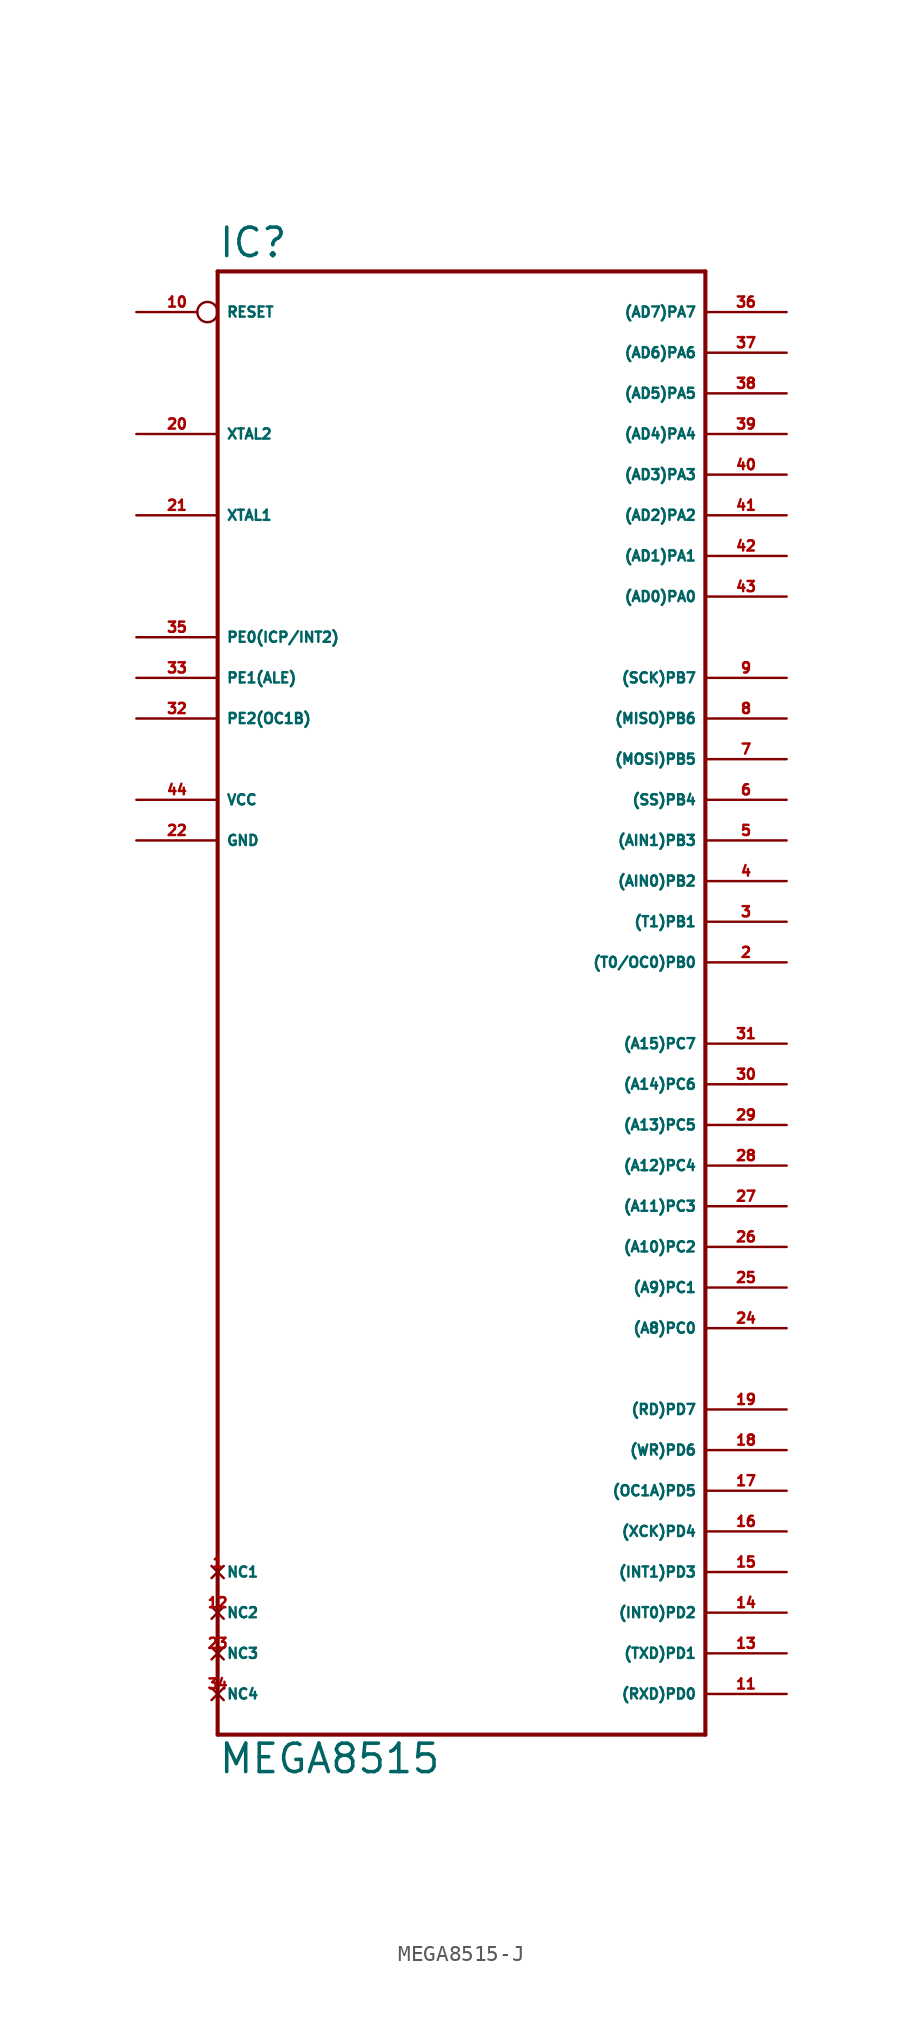
<source format=kicad_sym>
(kicad_symbol_lib
  (version 20220914)
  (generator Eagle2Kicad)
  (symbol "MEGA8515-J"
    (property "Reference" "IC"
      (at -15.24 41.402 0)
      (effects (font (size 1.778 1.778) (thickness 0.22)) (justify left bottom)))
    (property "Value" "MEGA8515"
      (at -15.24 -53.34 0)
      (effects (font (size 1.778 1.778) (thickness 0.22)) (justify left bottom)))
    (polyline
      (pts (xy -15.24 40.64) (xy 15.24 40.64))
      (stroke (width 0.254) (type default))
      (fill (type none)))
    (polyline
      (pts (xy 15.24 40.64) (xy 15.24 -50.8))
      (stroke (width 0.254) (type default))
      (fill (type none)))
    (polyline
      (pts (xy 15.24 -50.8) (xy -15.24 -50.8))
      (stroke (width 0.254) (type default))
      (fill (type none)))
    (polyline
      (pts (xy -15.24 -50.8) (xy -15.24 40.64))
      (stroke (width 0.254) (type default))
      (fill (type none)))
    (pin bidirectional line
      (at 20.32 38.1 180)
      (length 5.08)
      (name "(AD7)PA7" (effects (font (size 0.635 0.635) (thickness 0.08)) (justify left bottom)))
      (number "36" (effects (font (size 0.635 0.635) (thickness 0.08)) (justify left bottom))))
    (pin bidirectional line
      (at 20.32 35.56 180)
      (length 5.08)
      (name "(AD6)PA6" (effects (font (size 0.635 0.635) (thickness 0.08)) (justify left bottom)))
      (number "37" (effects (font (size 0.635 0.635) (thickness 0.08)) (justify left bottom))))
    (pin bidirectional line
      (at 20.32 33.02 180)
      (length 5.08)
      (name "(AD5)PA5" (effects (font (size 0.635 0.635) (thickness 0.08)) (justify left bottom)))
      (number "38" (effects (font (size 0.635 0.635) (thickness 0.08)) (justify left bottom))))
    (pin bidirectional line
      (at 20.32 30.48 180)
      (length 5.08)
      (name "(AD4)PA4" (effects (font (size 0.635 0.635) (thickness 0.08)) (justify left bottom)))
      (number "39" (effects (font (size 0.635 0.635) (thickness 0.08)) (justify left bottom))))
    (pin bidirectional line
      (at 20.32 27.94 180)
      (length 5.08)
      (name "(AD3)PA3" (effects (font (size 0.635 0.635) (thickness 0.08)) (justify left bottom)))
      (number "40" (effects (font (size 0.635 0.635) (thickness 0.08)) (justify left bottom))))
    (pin bidirectional line
      (at 20.32 25.4 180)
      (length 5.08)
      (name "(AD2)PA2" (effects (font (size 0.635 0.635) (thickness 0.08)) (justify left bottom)))
      (number "41" (effects (font (size 0.635 0.635) (thickness 0.08)) (justify left bottom))))
    (pin bidirectional line
      (at 20.32 22.86 180)
      (length 5.08)
      (name "(AD1)PA1" (effects (font (size 0.635 0.635) (thickness 0.08)) (justify left bottom)))
      (number "42" (effects (font (size 0.635 0.635) (thickness 0.08)) (justify left bottom))))
    (pin bidirectional line
      (at 20.32 20.32 180)
      (length 5.08)
      (name "(AD0)PA0" (effects (font (size 0.635 0.635) (thickness 0.08)) (justify left bottom)))
      (number "43" (effects (font (size 0.635 0.635) (thickness 0.08)) (justify left bottom))))
    (pin bidirectional line
      (at 20.32 15.24 180)
      (length 5.08)
      (name "(SCK)PB7" (effects (font (size 0.635 0.635) (thickness 0.08)) (justify left bottom)))
      (number "9" (effects (font (size 0.635 0.635) (thickness 0.08)) (justify left bottom))))
    (pin bidirectional line
      (at 20.32 12.7 180)
      (length 5.08)
      (name "(MISO)PB6" (effects (font (size 0.635 0.635) (thickness 0.08)) (justify left bottom)))
      (number "8" (effects (font (size 0.635 0.635) (thickness 0.08)) (justify left bottom))))
    (pin bidirectional line
      (at 20.32 10.16 180)
      (length 5.08)
      (name "(MOSI)PB5" (effects (font (size 0.635 0.635) (thickness 0.08)) (justify left bottom)))
      (number "7" (effects (font (size 0.635 0.635) (thickness 0.08)) (justify left bottom))))
    (pin bidirectional line
      (at 20.32 7.62 180)
      (length 5.08)
      (name "(SS)PB4" (effects (font (size 0.635 0.635) (thickness 0.08)) (justify left bottom)))
      (number "6" (effects (font (size 0.635 0.635) (thickness 0.08)) (justify left bottom))))
    (pin bidirectional line
      (at 20.32 5.08 180)
      (length 5.08)
      (name "(AIN1)PB3" (effects (font (size 0.635 0.635) (thickness 0.08)) (justify left bottom)))
      (number "5" (effects (font (size 0.635 0.635) (thickness 0.08)) (justify left bottom))))
    (pin bidirectional line
      (at 20.32 2.54 180)
      (length 5.08)
      (name "(AIN0)PB2" (effects (font (size 0.635 0.635) (thickness 0.08)) (justify left bottom)))
      (number "4" (effects (font (size 0.635 0.635) (thickness 0.08)) (justify left bottom))))
    (pin bidirectional line
      (at 20.32 0 180)
      (length 5.08)
      (name "(T1)PB1" (effects (font (size 0.635 0.635) (thickness 0.08)) (justify left bottom)))
      (number "3" (effects (font (size 0.635 0.635) (thickness 0.08)) (justify left bottom))))
    (pin bidirectional line
      (at 20.32 -2.54 180)
      (length 5.08)
      (name "(T0/OC0)PB0" (effects (font (size 0.635 0.635) (thickness 0.08)) (justify left bottom)))
      (number "2" (effects (font (size 0.635 0.635) (thickness 0.08)) (justify left bottom))))
    (pin bidirectional line
      (at 20.32 -7.62 180)
      (length 5.08)
      (name "(A15)PC7" (effects (font (size 0.635 0.635) (thickness 0.08)) (justify left bottom)))
      (number "31" (effects (font (size 0.635 0.635) (thickness 0.08)) (justify left bottom))))
    (pin bidirectional line
      (at 20.32 -10.16 180)
      (length 5.08)
      (name "(A14)PC6" (effects (font (size 0.635 0.635) (thickness 0.08)) (justify left bottom)))
      (number "30" (effects (font (size 0.635 0.635) (thickness 0.08)) (justify left bottom))))
    (pin bidirectional line
      (at 20.32 -12.7 180)
      (length 5.08)
      (name "(A13)PC5" (effects (font (size 0.635 0.635) (thickness 0.08)) (justify left bottom)))
      (number "29" (effects (font (size 0.635 0.635) (thickness 0.08)) (justify left bottom))))
    (pin bidirectional line
      (at 20.32 -15.24 180)
      (length 5.08)
      (name "(A12)PC4" (effects (font (size 0.635 0.635) (thickness 0.08)) (justify left bottom)))
      (number "28" (effects (font (size 0.635 0.635) (thickness 0.08)) (justify left bottom))))
    (pin bidirectional line
      (at 20.32 -17.78 180)
      (length 5.08)
      (name "(A11)PC3" (effects (font (size 0.635 0.635) (thickness 0.08)) (justify left bottom)))
      (number "27" (effects (font (size 0.635 0.635) (thickness 0.08)) (justify left bottom))))
    (pin bidirectional line
      (at 20.32 -20.32 180)
      (length 5.08)
      (name "(A10)PC2" (effects (font (size 0.635 0.635) (thickness 0.08)) (justify left bottom)))
      (number "26" (effects (font (size 0.635 0.635) (thickness 0.08)) (justify left bottom))))
    (pin bidirectional line
      (at 20.32 -22.86 180)
      (length 5.08)
      (name "(A9)PC1" (effects (font (size 0.635 0.635) (thickness 0.08)) (justify left bottom)))
      (number "25" (effects (font (size 0.635 0.635) (thickness 0.08)) (justify left bottom))))
    (pin bidirectional line
      (at 20.32 -25.4 180)
      (length 5.08)
      (name "(A8)PC0" (effects (font (size 0.635 0.635) (thickness 0.08)) (justify left bottom)))
      (number "24" (effects (font (size 0.635 0.635) (thickness 0.08)) (justify left bottom))))
    (pin bidirectional line
      (at -20.32 12.7 0)
      (length 5.08)
      (name "PE2(OC1B)" (effects (font (size 0.635 0.635) (thickness 0.08)) (justify left bottom)))
      (number "32" (effects (font (size 0.635 0.635) (thickness 0.08)) (justify left bottom))))
    (pin bidirectional line
      (at -20.32 15.24 0)
      (length 5.08)
      (name "PE1(ALE)" (effects (font (size 0.635 0.635) (thickness 0.08)) (justify left bottom)))
      (number "33" (effects (font (size 0.635 0.635) (thickness 0.08)) (justify left bottom))))
    (pin bidirectional line
      (at -20.32 17.78 0)
      (length 5.08)
      (name "PE0(ICP/INT2)" (effects (font (size 0.635 0.635) (thickness 0.08)) (justify left bottom)))
      (number "35" (effects (font (size 0.635 0.635) (thickness 0.08)) (justify left bottom))))
    (pin bidirectional line
      (at -20.32 25.4 0)
      (length 5.08)
      (name "XTAL1" (effects (font (size 0.635 0.635) (thickness 0.08)) (justify left bottom)))
      (number "21" (effects (font (size 0.635 0.635) (thickness 0.08)) (justify left bottom))))
    (pin bidirectional line
      (at -20.32 30.48 0)
      (length 5.08)
      (name "XTAL2" (effects (font (size 0.635 0.635) (thickness 0.08)) (justify left bottom)))
      (number "20" (effects (font (size 0.635 0.635) (thickness 0.08)) (justify left bottom))))
    (pin unspecified line
      (at -20.32 7.62 0)
      (length 5.08)
      (name "VCC" (effects (font (size 0.635 0.635) (thickness 0.08)) (justify left bottom)))
      (number "44" (effects (font (size 0.635 0.635) (thickness 0.08)) (justify left bottom))))
    (pin unspecified line
      (at -20.32 5.08 0)
      (length 5.08)
      (name "GND" (effects (font (size 0.635 0.635) (thickness 0.08)) (justify left bottom)))
      (number "22" (effects (font (size 0.635 0.635) (thickness 0.08)) (justify left bottom))))
    (pin input inverted
      (at -20.32 38.1 0)
      (length 5.08)
      (name "RESET" (effects (font (size 0.635 0.635) (thickness 0.08)) (justify left bottom)))
      (number "10" (effects (font (size 0.635 0.635) (thickness 0.08)) (justify left bottom))))
    (pin bidirectional line
      (at 20.32 -48.26 180)
      (length 5.08)
      (name "(RXD)PD0" (effects (font (size 0.635 0.635) (thickness 0.08)) (justify left bottom)))
      (number "11" (effects (font (size 0.635 0.635) (thickness 0.08)) (justify left bottom))))
    (pin bidirectional line
      (at 20.32 -45.72 180)
      (length 5.08)
      (name "(TXD)PD1" (effects (font (size 0.635 0.635) (thickness 0.08)) (justify left bottom)))
      (number "13" (effects (font (size 0.635 0.635) (thickness 0.08)) (justify left bottom))))
    (pin bidirectional line
      (at 20.32 -43.18 180)
      (length 5.08)
      (name "(INT0)PD2" (effects (font (size 0.635 0.635) (thickness 0.08)) (justify left bottom)))
      (number "14" (effects (font (size 0.635 0.635) (thickness 0.08)) (justify left bottom))))
    (pin bidirectional line
      (at 20.32 -40.64 180)
      (length 5.08)
      (name "(INT1)PD3" (effects (font (size 0.635 0.635) (thickness 0.08)) (justify left bottom)))
      (number "15" (effects (font (size 0.635 0.635) (thickness 0.08)) (justify left bottom))))
    (pin bidirectional line
      (at 20.32 -38.1 180)
      (length 5.08)
      (name "(XCK)PD4" (effects (font (size 0.635 0.635) (thickness 0.08)) (justify left bottom)))
      (number "16" (effects (font (size 0.635 0.635) (thickness 0.08)) (justify left bottom))))
    (pin bidirectional line
      (at 20.32 -35.56 180)
      (length 5.08)
      (name "(OC1A)PD5" (effects (font (size 0.635 0.635) (thickness 0.08)) (justify left bottom)))
      (number "17" (effects (font (size 0.635 0.635) (thickness 0.08)) (justify left bottom))))
    (pin bidirectional line
      (at 20.32 -33.02 180)
      (length 5.08)
      (name "(WR)PD6" (effects (font (size 0.635 0.635) (thickness 0.08)) (justify left bottom)))
      (number "18" (effects (font (size 0.635 0.635) (thickness 0.08)) (justify left bottom))))
    (pin bidirectional line
      (at 20.32 -30.48 180)
      (length 5.08)
      (name "(RD)PD7" (effects (font (size 0.635 0.635) (thickness 0.08)) (justify left bottom)))
      (number "19" (effects (font (size 0.635 0.635) (thickness 0.08)) (justify left bottom))))
    (pin no_connect line
      (at -15.24 -40.64 0)
      (length 0)
      (name "NC1" (effects (font (size 0.635 0.635) (thickness 0.08)) (justify left bottom) hide))
      (number "1" (effects (font (size 0.635 0.635) (thickness 0.08)) (justify left bottom) hide)))
    (pin no_connect line
      (at -15.24 -43.18 0)
      (length 0)
      (name "NC2" (effects (font (size 0.635 0.635) (thickness 0.08)) (justify left bottom) hide))
      (number "12" (effects (font (size 0.635 0.635) (thickness 0.08)) (justify left bottom) hide)))
    (pin no_connect line
      (at -15.24 -45.72 0)
      (length 0)
      (name "NC3" (effects (font (size 0.635 0.635) (thickness 0.08)) (justify left bottom) hide))
      (number "23" (effects (font (size 0.635 0.635) (thickness 0.08)) (justify left bottom) hide)))
    (pin no_connect line
      (at -15.24 -48.26 0)
      (length 0)
      (name "NC4" (effects (font (size 0.635 0.635) (thickness 0.08)) (justify left bottom) hide))
      (number "34" (effects (font (size 0.635 0.635) (thickness 0.08)) (justify left bottom) hide)))))
</source>
